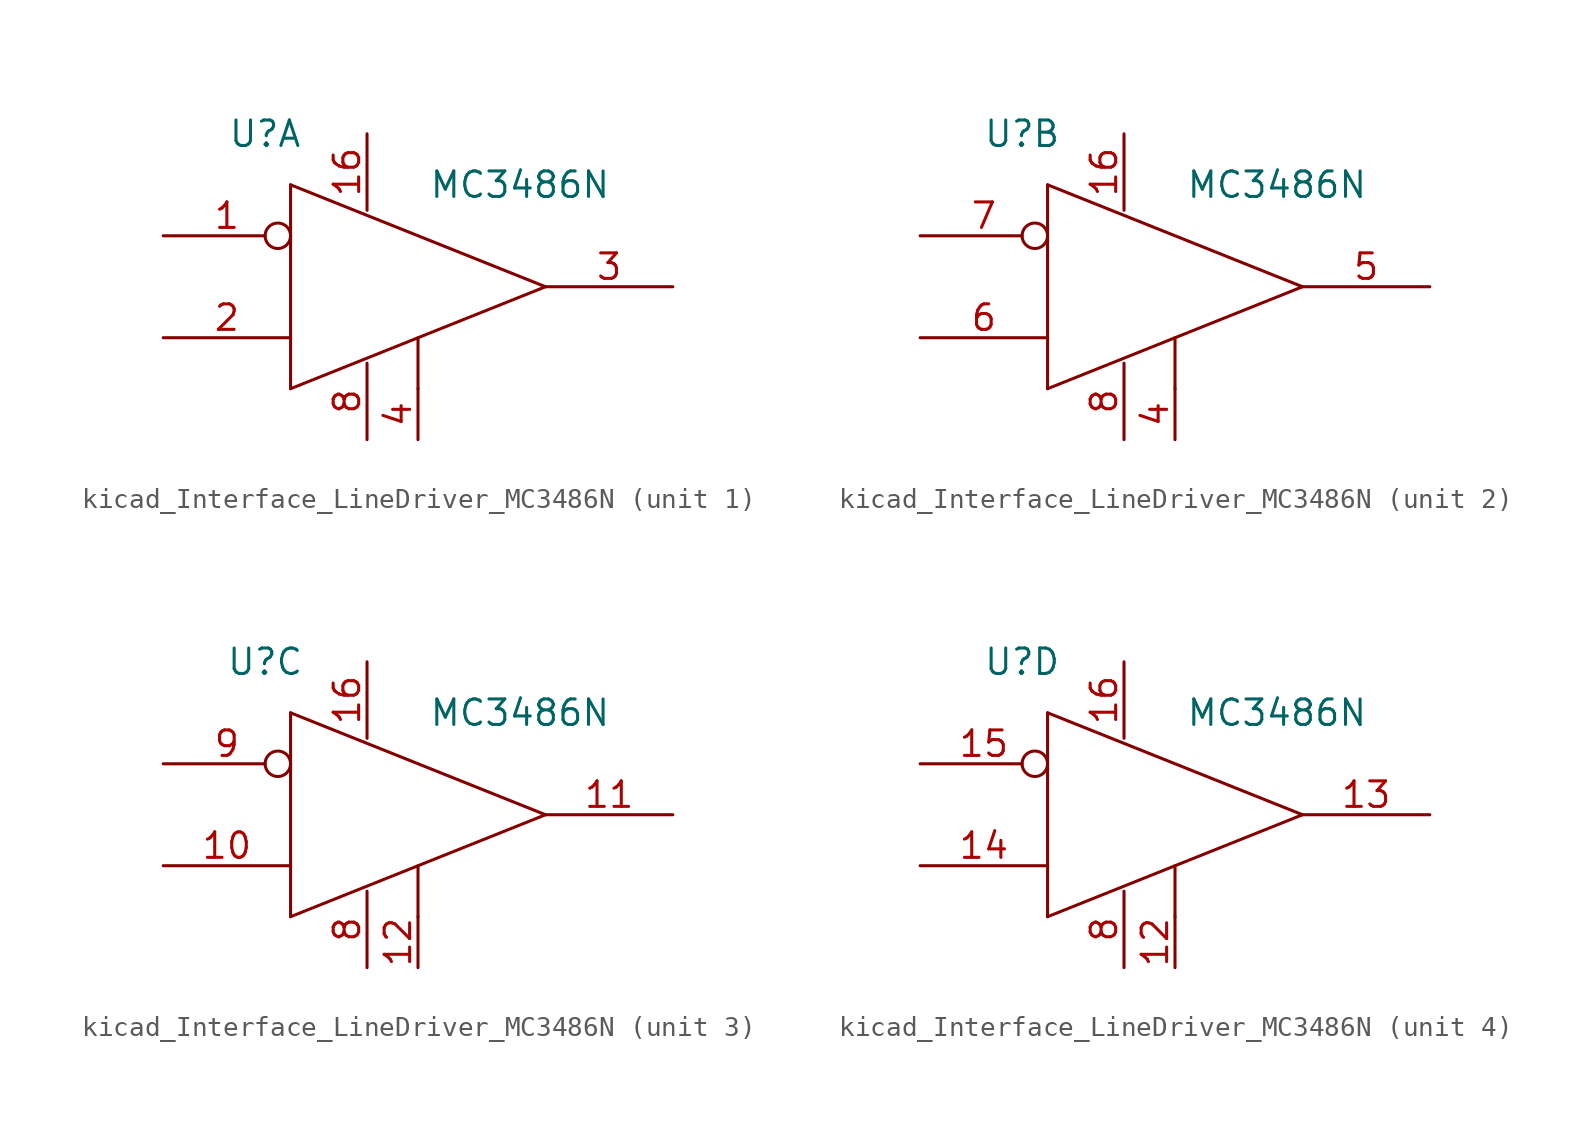
<source format=kicad_sym>
(kicad_symbol_lib
  (version 20220914)
  (generator kicad_symbol_editor)
  (symbol "kicad_Interface_LineDriver_MC3486N"
    (pin_names
      (offset 1.016) hide)
    (property "Reference" "U"
      (at -7.62 7.62 0)
      (effects (font (size 1.27 1.27))))
    (property "Value" "MC3486N"
      (at 5.08 5.08 0)
      (effects (font (size 1.27 1.27))))
    (symbol "kicad_Interface_LineDriver_MC3486N_0_1"
      (polyline (pts (xy -6.35 -5.08) (xy 6.35 0)) (stroke (width 0) (type default)) (fill (type none)))
      (polyline (pts (xy -6.35 5.08) (xy -6.35 -5.08)) (stroke (width 0) (type default)) (fill (type none)))
      (polyline (pts (xy 0 -5.08) (xy 0 -2.54)) (stroke (width 0) (type default)) (fill (type none)))
      (polyline (pts (xy 6.35 0) (xy -6.35 5.08)) (stroke (width 0) (type default)) (fill (type none))))
    (symbol "kicad_Interface_LineDriver_MC3486N_1_1"
      (pin input inverted (at -12.7 2.54 0) (length 6.35) (name "E-" (effects (font (size 1.27 1.27)))) (number "1" (effects (font (size 1.27 1.27)))))
      (pin power_in line (at -2.54 7.62 270) (length 3.81) (name "VCC" (effects (font (size 1.27 1.27)))) (number "16" (effects (font (size 1.27 1.27)))))
      (pin input line (at -12.7 -2.54 0) (length 6.35) (name "E+" (effects (font (size 1.27 1.27)))) (number "2" (effects (font (size 1.27 1.27)))))
      (pin tri_state line (at 12.7 0 180) (length 6.35) (name "OUT" (effects (font (size 1.27 1.27)))) (number "3" (effects (font (size 1.27 1.27)))))
      (pin input line (at 0 -7.62 90) (length 2.54) (name "ENABLE" (effects (font (size 1.27 1.27)))) (number "4" (effects (font (size 1.27 1.27)))))
      (pin power_in line (at -2.54 -7.62 90) (length 3.81) (name "GND" (effects (font (size 1.27 1.27)))) (number "8" (effects (font (size 1.27 1.27))))))
    (symbol "kicad_Interface_LineDriver_MC3486N_2_1"
      (pin power_in line (at -2.54 7.62 270) (length 3.81) (name "VCC" (effects (font (size 1.27 1.27)))) (number "16" (effects (font (size 1.27 1.27)))))
      (pin input line (at 0 -7.62 90) (length 2.54) (name "ENABLE" (effects (font (size 1.27 1.27)))) (number "4" (effects (font (size 1.27 1.27)))))
      (pin tri_state line (at 12.7 0 180) (length 6.35) (name "OUT" (effects (font (size 1.27 1.27)))) (number "5" (effects (font (size 1.27 1.27)))))
      (pin input line (at -12.7 -2.54 0) (length 6.35) (name "E+" (effects (font (size 1.27 1.27)))) (number "6" (effects (font (size 1.27 1.27)))))
      (pin input inverted (at -12.7 2.54 0) (length 6.35) (name "E-" (effects (font (size 1.27 1.27)))) (number "7" (effects (font (size 1.27 1.27)))))
      (pin power_in line (at -2.54 -7.62 90) (length 3.81) (name "GND" (effects (font (size 1.27 1.27)))) (number "8" (effects (font (size 1.27 1.27))))))
    (symbol "kicad_Interface_LineDriver_MC3486N_3_1"
      (pin input line (at -12.7 -2.54 0) (length 6.35) (name "E+" (effects (font (size 1.27 1.27)))) (number "10" (effects (font (size 1.27 1.27)))))
      (pin tri_state line (at 12.7 0 180) (length 6.35) (name "OUT" (effects (font (size 1.27 1.27)))) (number "11" (effects (font (size 1.27 1.27)))))
      (pin input line (at 0 -7.62 90) (length 2.54) (name "ENABLE" (effects (font (size 1.27 1.27)))) (number "12" (effects (font (size 1.27 1.27)))))
      (pin power_in line (at -2.54 7.62 270) (length 3.81) (name "VCC" (effects (font (size 1.27 1.27)))) (number "16" (effects (font (size 1.27 1.27)))))
      (pin power_in line (at -2.54 -7.62 90) (length 3.81) (name "GND" (effects (font (size 1.27 1.27)))) (number "8" (effects (font (size 1.27 1.27)))))
      (pin input inverted (at -12.7 2.54 0) (length 6.35) (name "E-" (effects (font (size 1.27 1.27)))) (number "9" (effects (font (size 1.27 1.27))))))
    (symbol "kicad_Interface_LineDriver_MC3486N_4_1"
      (pin input line (at 0 -7.62 90) (length 2.54) (name "ENABLE" (effects (font (size 1.27 1.27)))) (number "12" (effects (font (size 1.27 1.27)))))
      (pin tri_state line (at 12.7 0 180) (length 6.35) (name "OUT" (effects (font (size 1.27 1.27)))) (number "13" (effects (font (size 1.27 1.27)))))
      (pin input line (at -12.7 -2.54 0) (length 6.35) (name "E+" (effects (font (size 1.27 1.27)))) (number "14" (effects (font (size 1.27 1.27)))))
      (pin input inverted (at -12.7 2.54 0) (length 6.35) (name "E-" (effects (font (size 1.27 1.27)))) (number "15" (effects (font (size 1.27 1.27)))))
      (pin power_in line (at -2.54 7.62 270) (length 3.81) (name "VCC" (effects (font (size 1.27 1.27)))) (number "16" (effects (font (size 1.27 1.27)))))
      (pin power_in line (at -2.54 -7.62 90) (length 3.81) (name "GND" (effects (font (size 1.27 1.27)))) (number "8" (effects (font (size 1.27 1.27))))))))
</source>
